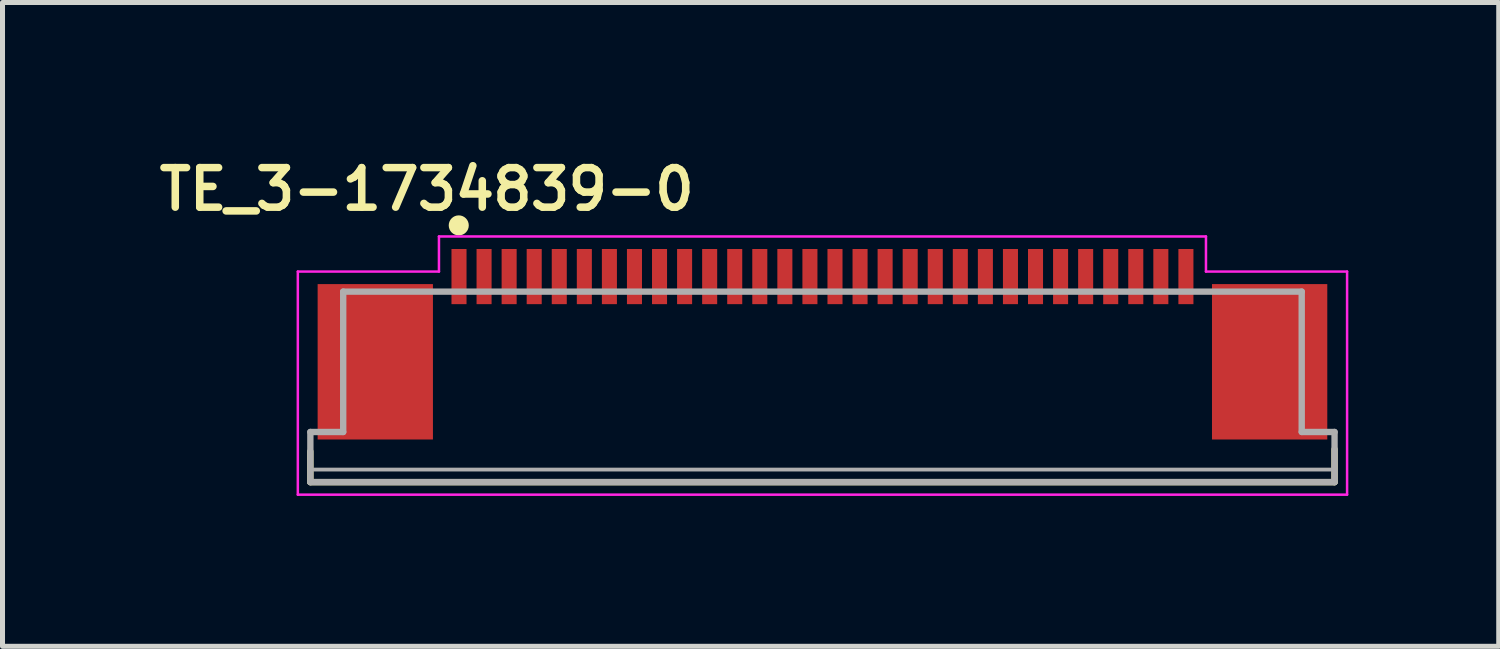
<source format=kicad_pcb>
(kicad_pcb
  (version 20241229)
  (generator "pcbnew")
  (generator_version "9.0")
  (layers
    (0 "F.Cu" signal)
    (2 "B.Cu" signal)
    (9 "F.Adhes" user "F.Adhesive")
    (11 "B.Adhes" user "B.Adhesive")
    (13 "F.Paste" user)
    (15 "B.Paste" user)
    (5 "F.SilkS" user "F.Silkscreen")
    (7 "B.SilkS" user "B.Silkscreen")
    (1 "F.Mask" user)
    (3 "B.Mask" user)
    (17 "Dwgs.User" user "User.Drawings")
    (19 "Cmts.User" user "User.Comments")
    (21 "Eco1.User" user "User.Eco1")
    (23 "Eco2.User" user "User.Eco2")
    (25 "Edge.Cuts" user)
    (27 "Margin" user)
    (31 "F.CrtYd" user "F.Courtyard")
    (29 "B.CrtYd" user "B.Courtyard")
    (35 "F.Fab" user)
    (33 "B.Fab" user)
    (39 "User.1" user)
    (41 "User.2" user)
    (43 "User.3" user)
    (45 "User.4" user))
  (footprint "TE_3-1734839-0"
    (layer "F.Cu")
    (at 13.356 2.467)
    (property "Reference" "TE_3-1734839-0" (at -7.894 -1.742 0) (layer "F.SilkS") (effects (font (size 0.789 0.789) (thickness 0.15))))
    (attr smd)
    (fp_line (start -10.216 3.488) (end -10.215 4.1) (stroke (width 0.127) (type solid)) (layer "F.SilkS"))
    (fp_line (start -10.215 4.1) (end 10.215 4.1) (stroke (width 0.127) (type solid)) (layer "F.SilkS"))
    (fp_line (start 10.215 4.1) (end 10.215 3.444) (stroke (width 0.127) (type solid)) (layer "F.SilkS"))
    (fp_circle (center -7.255 -1.021) (end -7.155 -1.021) (stroke (width 0.2) (type solid)) (fill no) (layer "F.SilkS"))
    (fp_line (start -10.465 -0.1) (end -10.465 4.35) (stroke (width 0.05) (type solid)) (layer "F.CrtYd"))
    (fp_line (start -10.465 4.35) (end 10.465 4.35) (stroke (width 0.05) (type solid)) (layer "F.CrtYd"))
    (fp_line (start -7.65 -0.8) (end -7.65 -0.1) (stroke (width 0.05) (type solid)) (layer "F.CrtYd"))
    (fp_line (start -7.65 -0.1) (end -10.465 -0.1) (stroke (width 0.05) (type solid)) (layer "F.CrtYd"))
    (fp_line (start 7.65 -0.8) (end -7.65 -0.8) (stroke (width 0.05) (type solid)) (layer "F.CrtYd"))
    (fp_line (start 7.65 -0.1) (end 7.65 -0.8) (stroke (width 0.05) (type solid)) (layer "F.CrtYd"))
    (fp_line (start 10.465 -0.1) (end 7.65 -0.1) (stroke (width 0.05) (type solid)) (layer "F.CrtYd"))
    (fp_line (start 10.465 4.35) (end 10.465 -0.1) (stroke (width 0.05) (type solid)) (layer "F.CrtYd"))
    (fp_line (start -10.215 3.1) (end -9.56 3.1) (stroke (width 0.127) (type solid)) (layer "F.Fab"))
    (fp_line (start -10.215 4.1) (end -10.215 3.1) (stroke (width 0.127) (type solid)) (layer "F.Fab"))
    (fp_line (start -10.215 4.1) (end 10.215 4.1) (stroke (width 0.127) (type solid)) (layer "F.Fab"))
    (fp_line (start -10.14 3.85) (end 10.14 3.85) (stroke (width 0.076) (type solid)) (layer "F.Fab"))
    (fp_line (start -9.56 0.3) (end -9.56 3.1) (stroke (width 0.127) (type solid)) (layer "F.Fab"))
    (fp_line (start 9.56 0.3) (end -9.56 0.3) (stroke (width 0.127) (type solid)) (layer "F.Fab"))
    (fp_line (start 9.56 3.1) (end 9.56 0.3) (stroke (width 0.127) (type solid)) (layer "F.Fab"))
    (fp_line (start 9.56 3.1) (end 10.215 3.1) (stroke (width 0.127) (type solid)) (layer "F.Fab"))
    (fp_line (start 10.215 3.1) (end 10.215 4.1) (stroke (width 0.127) (type solid)) (layer "F.Fab"))
    (pad "1" smd rect (at -7.25 0 90) (size 1.1 0.3) (layers "F.Cu" "F.Mask" "F.Paste"))
    (pad "2" smd rect (at -6.75 0 90) (size 1.1 0.3) (layers "F.Cu" "F.Mask" "F.Paste"))
    (pad "3" smd rect (at -6.25 0 90) (size 1.1 0.3) (layers "F.Cu" "F.Mask" "F.Paste"))
    (pad "4" smd rect (at -5.75 0 90) (size 1.1 0.3) (layers "F.Cu" "F.Mask" "F.Paste"))
    (pad "5" smd rect (at -5.25 0 90) (size 1.1 0.3) (layers "F.Cu" "F.Mask" "F.Paste"))
    (pad "6" smd rect (at -4.75 0 90) (size 1.1 0.3) (layers "F.Cu" "F.Mask" "F.Paste"))
    (pad "7" smd rect (at -4.25 0 90) (size 1.1 0.3) (layers "F.Cu" "F.Mask" "F.Paste"))
    (pad "8" smd rect (at -3.75 0 90) (size 1.1 0.3) (layers "F.Cu" "F.Mask" "F.Paste"))
    (pad "9" smd rect (at -3.25 0 90) (size 1.1 0.3) (layers "F.Cu" "F.Mask" "F.Paste"))
    (pad "10" smd rect (at -2.75 0 90) (size 1.1 0.3) (layers "F.Cu" "F.Mask" "F.Paste"))
    (pad "11" smd rect (at -2.25 0 90) (size 1.1 0.3) (layers "F.Cu" "F.Mask" "F.Paste"))
    (pad "12" smd rect (at -1.75 0 90) (size 1.1 0.3) (layers "F.Cu" "F.Mask" "F.Paste"))
    (pad "13" smd rect (at -1.25 0 90) (size 1.1 0.3) (layers "F.Cu" "F.Mask" "F.Paste"))
    (pad "14" smd rect (at -0.75 0 90) (size 1.1 0.3) (layers "F.Cu" "F.Mask" "F.Paste"))
    (pad "15" smd rect (at -0.25 0 90) (size 1.1 0.3) (layers "F.Cu" "F.Mask" "F.Paste"))
    (pad "16" smd rect (at 0.25 0 90) (size 1.1 0.3) (layers "F.Cu" "F.Mask" "F.Paste"))
    (pad "17" smd rect (at 0.75 0 90) (size 1.1 0.3) (layers "F.Cu" "F.Mask" "F.Paste"))
    (pad "18" smd rect (at 1.25 0 90) (size 1.1 0.3) (layers "F.Cu" "F.Mask" "F.Paste"))
    (pad "19" smd rect (at 1.75 0 90) (size 1.1 0.3) (layers "F.Cu" "F.Mask" "F.Paste"))
    (pad "20" smd rect (at 2.25 0 90) (size 1.1 0.3) (layers "F.Cu" "F.Mask" "F.Paste"))
    (pad "21" smd rect (at 2.75 0 90) (size 1.1 0.3) (layers "F.Cu" "F.Mask" "F.Paste"))
    (pad "22" smd rect (at 3.25 0 90) (size 1.1 0.3) (layers "F.Cu" "F.Mask" "F.Paste"))
    (pad "23" smd rect (at 3.75 0 90) (size 1.1 0.3) (layers "F.Cu" "F.Mask" "F.Paste"))
    (pad "24" smd rect (at 4.25 0 90) (size 1.1 0.3) (layers "F.Cu" "F.Mask" "F.Paste"))
    (pad "25" smd rect (at 4.75 0 90) (size 1.1 0.3) (layers "F.Cu" "F.Mask" "F.Paste"))
    (pad "26" smd rect (at 5.25 0 90) (size 1.1 0.3) (layers "F.Cu" "F.Mask" "F.Paste"))
    (pad "27" smd rect (at 5.75 0 90) (size 1.1 0.3) (layers "F.Cu" "F.Mask" "F.Paste"))
    (pad "28" smd rect (at 6.25 0 90) (size 1.1 0.3) (layers "F.Cu" "F.Mask" "F.Paste"))
    (pad "29" smd rect (at 6.75 0 90) (size 1.1 0.3) (layers "F.Cu" "F.Mask" "F.Paste"))
    (pad "30" smd rect (at 7.25 0 90) (size 1.1 0.3) (layers "F.Cu" "F.Mask" "F.Paste"))
    (pad "S1" smd rect (at -8.92 1.7 90) (size 3.1 2.3) (layers "F.Cu" "F.Mask" "F.Paste"))
    (pad "S2" smd rect (at 8.92 1.7 90) (size 3.1 2.3) (layers "F.Cu" "F.Mask" "F.Paste")))
  (gr_rect
    (start -3 -3)
    (end 26.846 9.842)
    (stroke (width 0.1) (type default))
    (fill no)
    (layer "Edge.Cuts")))
</source>
